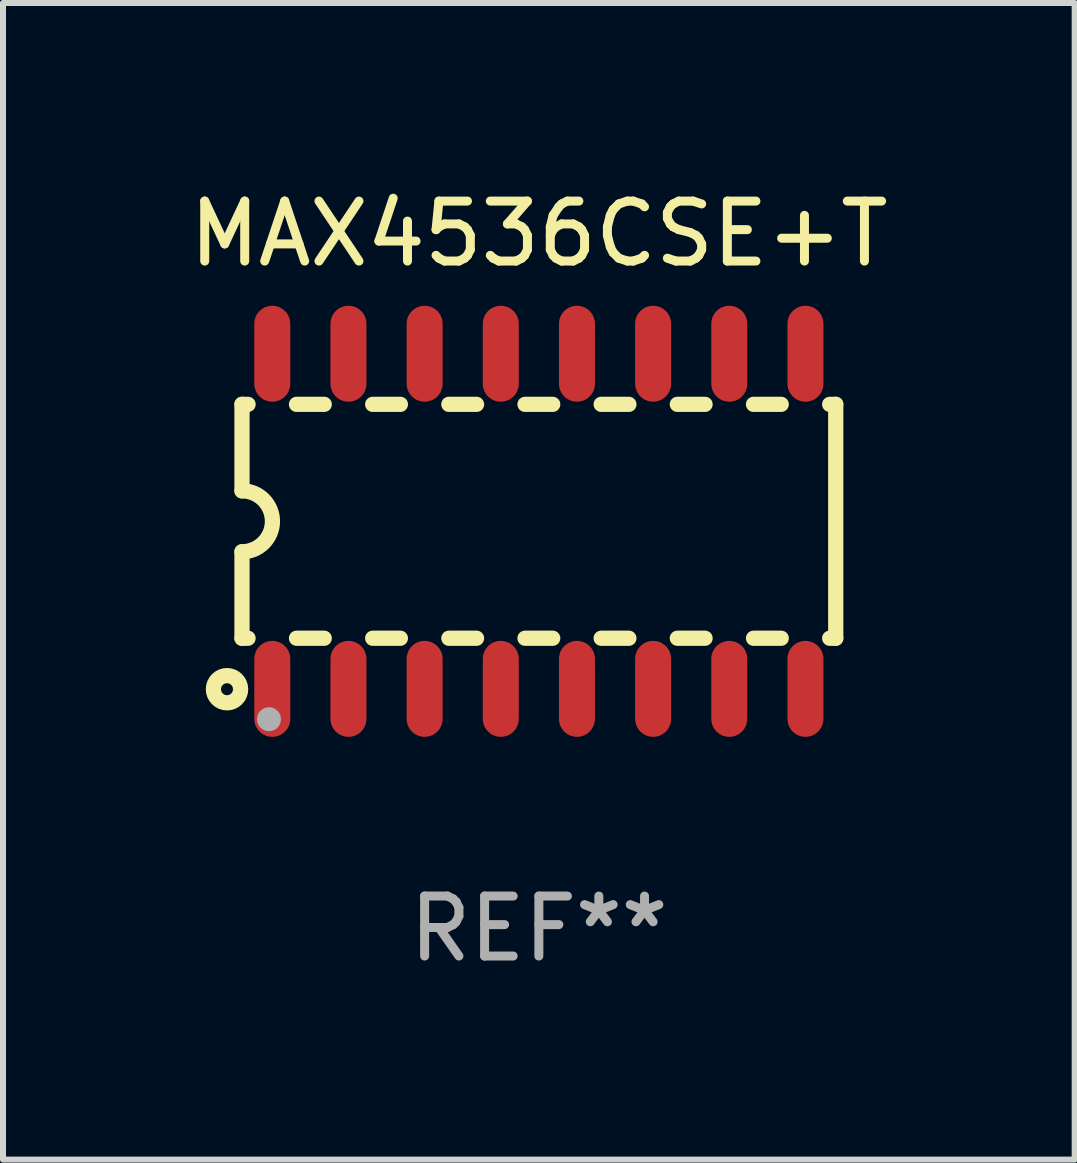
<source format=kicad_pcb>
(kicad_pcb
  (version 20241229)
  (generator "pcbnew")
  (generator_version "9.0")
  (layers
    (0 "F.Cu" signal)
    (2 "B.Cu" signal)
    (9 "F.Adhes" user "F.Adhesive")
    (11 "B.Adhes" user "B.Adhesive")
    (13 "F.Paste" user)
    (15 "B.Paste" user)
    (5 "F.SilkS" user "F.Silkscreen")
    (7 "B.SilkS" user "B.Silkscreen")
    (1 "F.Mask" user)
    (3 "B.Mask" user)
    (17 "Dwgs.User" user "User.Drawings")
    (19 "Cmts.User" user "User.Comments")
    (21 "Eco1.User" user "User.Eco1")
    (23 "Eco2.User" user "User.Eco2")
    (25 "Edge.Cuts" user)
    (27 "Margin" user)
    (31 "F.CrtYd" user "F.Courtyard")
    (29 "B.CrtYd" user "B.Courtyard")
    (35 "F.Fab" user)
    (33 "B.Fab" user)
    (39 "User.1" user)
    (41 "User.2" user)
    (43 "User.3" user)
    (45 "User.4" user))
  (footprint "MAX4536CSE+T"
    (layer "F.Cu")
    (at 5.935 5.642)
    (property "Reference" "MAX4536CSE+T" (at 0 -4.794 0) (layer "F.SilkS") (effects (font (size 1 1) (thickness 0.15))))
    (attr through_hole)
    (fp_line (start -4.95 -1.95) (end -4.95 -0.508) (stroke (width 0.254) (type solid)) (layer "F.SilkS"))
    (fp_line (start -4.95 -1.95) (end -4.849 -1.95) (stroke (width 0.254) (type solid)) (layer "F.SilkS"))
    (fp_line (start -4.95 1.95) (end -4.95 0.508) (stroke (width 0.254) (type solid)) (layer "F.SilkS"))
    (fp_line (start -4.95 1.95) (end -4.849 1.95) (stroke (width 0.254) (type solid)) (layer "F.SilkS"))
    (fp_line (start -4.041 -1.95) (end -3.579 -1.95) (stroke (width 0.254) (type solid)) (layer "F.SilkS"))
    (fp_line (start -4.041 1.95) (end -3.579 1.95) (stroke (width 0.254) (type solid)) (layer "F.SilkS"))
    (fp_line (start -2.771 -1.95) (end -2.309 -1.95) (stroke (width 0.254) (type solid)) (layer "F.SilkS"))
    (fp_line (start -2.771 1.95) (end -2.309 1.95) (stroke (width 0.254) (type solid)) (layer "F.SilkS"))
    (fp_line (start -1.501 -1.95) (end -1.039 -1.95) (stroke (width 0.254) (type solid)) (layer "F.SilkS"))
    (fp_line (start -1.501 1.95) (end -1.039 1.95) (stroke (width 0.254) (type solid)) (layer "F.SilkS"))
    (fp_line (start -0.231 -1.95) (end 0.231 -1.95) (stroke (width 0.254) (type solid)) (layer "F.SilkS"))
    (fp_line (start -0.231 1.95) (end 0.231 1.95) (stroke (width 0.254) (type solid)) (layer "F.SilkS"))
    (fp_line (start 1.039 -1.95) (end 1.501 -1.95) (stroke (width 0.254) (type solid)) (layer "F.SilkS"))
    (fp_line (start 1.039 1.95) (end 1.501 1.95) (stroke (width 0.254) (type solid)) (layer "F.SilkS"))
    (fp_line (start 2.309 -1.95) (end 2.771 -1.95) (stroke (width 0.254) (type solid)) (layer "F.SilkS"))
    (fp_line (start 2.309 1.95) (end 2.771 1.95) (stroke (width 0.254) (type solid)) (layer "F.SilkS"))
    (fp_line (start 3.579 -1.95) (end 4.041 -1.95) (stroke (width 0.254) (type solid)) (layer "F.SilkS"))
    (fp_line (start 3.579 1.95) (end 4.041 1.95) (stroke (width 0.254) (type solid)) (layer "F.SilkS"))
    (fp_line (start 4.849 -1.95) (end 4.95 -1.95) (stroke (width 0.254) (type solid)) (layer "F.SilkS"))
    (fp_line (start 4.849 1.95) (end 4.95 1.95) (stroke (width 0.254) (type solid)) (layer "F.SilkS"))
    (fp_line (start 4.95 -1.95) (end 4.95 1.95) (stroke (width 0.254) (type solid)) (layer "F.SilkS"))
    (fp_arc (start -4.95047 -0.508001) (mid -4.442469 -0.000228) (end -4.950013 0.508001) (stroke (width 0.254001) (type solid)) (layer "F.SilkS"))
    (fp_circle (center -5.2 2.8) (end -5.1 2.8) (stroke (width 0.254) (type solid)) (fill no) (layer "F.SilkS"))
    (fp_circle (center -4.95 2.947) (end -4.92 2.947) (stroke (width 0.06) (type solid)) (fill no) (layer "F.SilkS"))
    (fp_circle (center -4.5 3.3) (end -4.4 3.3) (stroke (width 0.2) (type solid)) (fill no) (layer "F.Fab"))
    (fp_text user "REF**" (at 0 6.794 0) (layer "F.Fab") (effects (font (size 1 1) (thickness 0.15))))
    (pad "1" smd oval (at -4.445 2.794) (size 0.6 1.6) (layers "F.Cu" "F.Mask" "F.Paste"))
    (pad "2" smd oval (at -3.175 2.794) (size 0.6 1.6) (layers "F.Cu" "F.Mask" "F.Paste"))
    (pad "3" smd oval (at -1.905 2.794) (size 0.6 1.6) (layers "F.Cu" "F.Mask" "F.Paste"))
    (pad "4" smd oval (at -0.635 2.794) (size 0.6 1.6) (layers "F.Cu" "F.Mask" "F.Paste"))
    (pad "5" smd oval (at 0.635 2.794) (size 0.6 1.6) (layers "F.Cu" "F.Mask" "F.Paste"))
    (pad "6" smd oval (at 1.905 2.794) (size 0.6 1.6) (layers "F.Cu" "F.Mask" "F.Paste"))
    (pad "7" smd oval (at 3.175 2.794) (size 0.6 1.6) (layers "F.Cu" "F.Mask" "F.Paste"))
    (pad "8" smd oval (at 4.445 2.794) (size 0.6 1.6) (layers "F.Cu" "F.Mask" "F.Paste"))
    (pad "9" smd oval (at 4.445 -2.794) (size 0.6 1.6) (layers "F.Cu" "F.Mask" "F.Paste"))
    (pad "10" smd oval (at 3.175 -2.794) (size 0.6 1.6) (layers "F.Cu" "F.Mask" "F.Paste"))
    (pad "11" smd oval (at 1.905 -2.794) (size 0.6 1.6) (layers "F.Cu" "F.Mask" "F.Paste"))
    (pad "12" smd oval (at 0.635 -2.794) (size 0.6 1.6) (layers "F.Cu" "F.Mask" "F.Paste"))
    (pad "13" smd oval (at -0.635 -2.794) (size 0.6 1.6) (layers "F.Cu" "F.Mask" "F.Paste"))
    (pad "14" smd oval (at -1.905 -2.794) (size 0.6 1.6) (layers "F.Cu" "F.Mask" "F.Paste"))
    (pad "15" smd oval (at -3.175 -2.794) (size 0.6 1.6) (layers "F.Cu" "F.Mask" "F.Paste"))
    (pad "16" smd oval (at -4.445 -2.794) (size 0.6 1.6) (layers "F.Cu" "F.Mask" "F.Paste")))
  (gr_rect
    (start -3 -3)
    (end 14.869 16.285)
    (stroke (width 0.1) (type default))
    (fill no)
    (layer "Edge.Cuts")))
</source>
